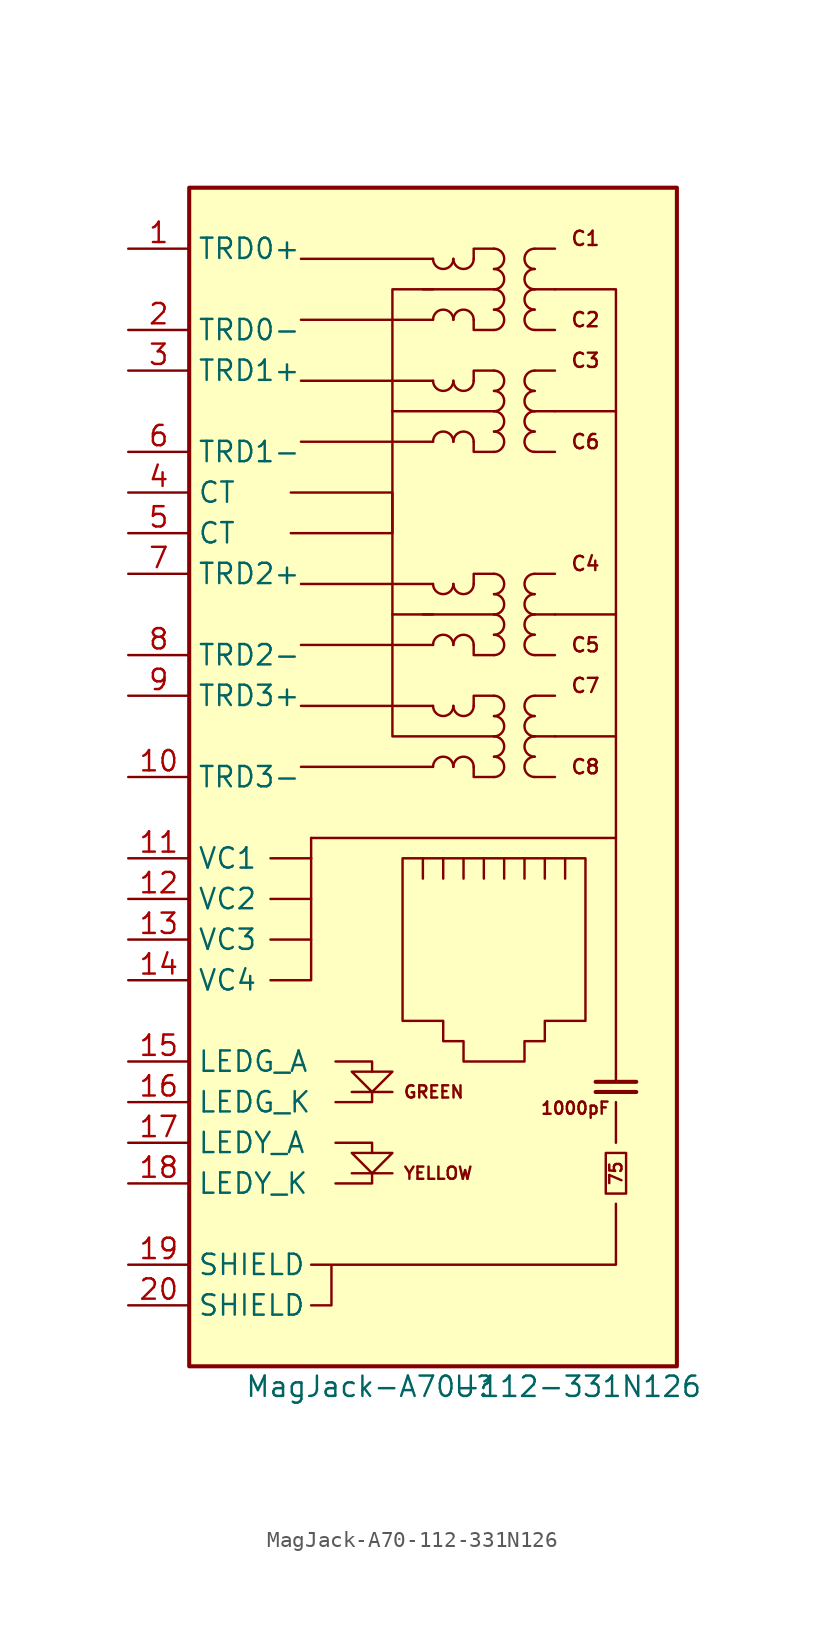
<source format=kicad_sym>
(kicad_symbol_lib
  (version 20211014)
  (generator kicad_symbol_editor)
  (symbol "MagJack-A70-112-331N126"
    (property "Reference" "U"
      (at 0 0 0)
      (effects (font (size 1.27 1.27))))
    (property "Value" "MagJack-A70-112-331N126"
      (at 0 0 0)
      (effects (font (size 1.27 1.27))))
    (symbol "MagJack-A70-112-331N126_0_1"
      (polyline (pts (xy 1.27 40.64) (xy -5.08 40.64) (xy -5.08 48.26) (xy -2.54 48.26) (xy -5.08 48.26)) (stroke (width 0) (type default) (color 0 0 0 0)) (fill (type none)))
      (polyline (pts (xy 1.27 60.96) (xy -5.08 60.96) (xy -5.08 68.58) (xy -2.54 68.58) (xy -5.08 68.58)) (stroke (width 0) (type default) (color 0 0 0 0)) (fill (type none))))
    (symbol "MagJack-A70-112-331N126_1_1"
      (rectangle (start -17.78 1.27) (end 12.7 74.93) (stroke (width 0.254) (type default) (color 0 0 0 0)) (fill (type background)))
      (arc (start -2.54 42.545) (mid -1.905 41.91) (end -1.27 42.545) (stroke (width 0) (type default) (color 0 0 0 0)) (fill (type none)))
      (arc (start -2.54 50.165) (mid -1.905 49.53) (end -1.27 50.165) (stroke (width 0) (type default) (color 0 0 0 0)) (fill (type none)))
      (arc (start -2.54 62.865) (mid -1.905 62.23) (end -1.27 62.865) (stroke (width 0) (type default) (color 0 0 0 0)) (fill (type none)))
      (arc (start -2.54 70.485) (mid -1.905 69.85) (end -1.27 70.485) (stroke (width 0) (type default) (color 0 0 0 0)) (fill (type none)))
      (arc (start -1.27 38.735) (mid -1.905 39.37) (end -2.54 38.735) (stroke (width 0) (type default) (color 0 0 0 0)) (fill (type none)))
      (arc (start -1.27 42.545) (mid -0.635 41.91) (end 0 42.545) (stroke (width 0) (type default) (color 0 0 0 0)) (fill (type none)))
      (arc (start -1.27 46.355) (mid -1.905 46.99) (end -2.54 46.355) (stroke (width 0) (type default) (color 0 0 0 0)) (fill (type none)))
      (arc (start -1.27 50.165) (mid -0.635 49.53) (end 0 50.165) (stroke (width 0) (type default) (color 0 0 0 0)) (fill (type none)))
      (arc (start -1.27 59.055) (mid -1.905 59.69) (end -2.54 59.055) (stroke (width 0) (type default) (color 0 0 0 0)) (fill (type none)))
      (arc (start -1.27 62.865) (mid -0.635 62.23) (end 0 62.865) (stroke (width 0) (type default) (color 0 0 0 0)) (fill (type none)))
      (arc (start -1.27 66.675) (mid -1.905 67.31) (end -2.54 66.675) (stroke (width 0) (type default) (color 0 0 0 0)) (fill (type none)))
      (arc (start -1.27 70.485) (mid -0.635 69.85) (end 0 70.485) (stroke (width 0) (type default) (color 0 0 0 0)) (fill (type none)))
      (polyline (pts (xy -12.7 27.94) (xy -10.16 27.94)) (stroke (width 0) (type default) (color 0 0 0 0)) (fill (type none)))
      (polyline (pts (xy -12.7 30.48) (xy -10.16 30.48)) (stroke (width 0) (type default) (color 0 0 0 0)) (fill (type none)))
      (polyline (pts (xy -12.7 33.02) (xy -10.16 33.02)) (stroke (width 0) (type default) (color 0 0 0 0)) (fill (type none)))
      (polyline (pts (xy -10.16 33.02) (xy -10.16 34.29)) (stroke (width 0) (type default) (color 0 0 0 0)) (fill (type none)))
      (polyline (pts (xy -5.08 13.335) (xy -7.62 13.335)) (stroke (width 0) (type default) (color 0 0 0 0)) (fill (type none)))
      (polyline (pts (xy -5.08 18.415) (xy -7.62 18.415)) (stroke (width 0) (type default) (color 0 0 0 0)) (fill (type none)))
      (polyline (pts (xy -5.08 48.26) (xy -5.08 60.96)) (stroke (width 0) (type default) (color 0 0 0 0)) (fill (type none)))
      (polyline (pts (xy -3.175 31.75) (xy -3.175 33.02)) (stroke (width 0) (type default) (color 0 0 0 0)) (fill (type none)))
      (polyline (pts (xy -3.175 48.26) (xy 1.27 48.26)) (stroke (width 0) (type default) (color 0 0 0 0)) (fill (type none)))
      (polyline (pts (xy -3.175 68.58) (xy 1.27 68.58)) (stroke (width 0) (type default) (color 0 0 0 0)) (fill (type none)))
      (polyline (pts (xy -2.54 38.735) (xy -10.795 38.735)) (stroke (width 0) (type default) (color 0 0 0 0)) (fill (type none)))
      (polyline (pts (xy -2.54 42.545) (xy -10.795 42.545)) (stroke (width 0) (type default) (color 0 0 0 0)) (fill (type none)))
      (polyline (pts (xy -2.54 46.355) (xy -10.795 46.355)) (stroke (width 0) (type default) (color 0 0 0 0)) (fill (type none)))
      (polyline (pts (xy -2.54 50.165) (xy -10.795 50.165)) (stroke (width 0) (type default) (color 0 0 0 0)) (fill (type none)))
      (polyline (pts (xy -2.54 59.055) (xy -10.795 59.055)) (stroke (width 0) (type default) (color 0 0 0 0)) (fill (type none)))
      (polyline (pts (xy -2.54 62.865) (xy -10.795 62.865)) (stroke (width 0) (type default) (color 0 0 0 0)) (fill (type none)))
      (polyline (pts (xy -2.54 66.675) (xy -10.795 66.675)) (stroke (width 0) (type default) (color 0 0 0 0)) (fill (type none)))
      (polyline (pts (xy -2.54 70.485) (xy -10.795 70.485)) (stroke (width 0) (type default) (color 0 0 0 0)) (fill (type none)))
      (polyline (pts (xy -1.905 33.02) (xy -1.905 31.75)) (stroke (width 0) (type default) (color 0 0 0 0)) (fill (type none)))
      (polyline (pts (xy -0.635 33.02) (xy -0.635 31.75)) (stroke (width 0) (type default) (color 0 0 0 0)) (fill (type none)))
      (polyline (pts (xy 0.635 33.02) (xy 0.635 31.75)) (stroke (width 0) (type default) (color 0 0 0 0)) (fill (type none)))
      (polyline (pts (xy 1.905 33.02) (xy 1.905 31.75)) (stroke (width 0) (type default) (color 0 0 0 0)) (fill (type none)))
      (polyline (pts (xy 3.175 33.02) (xy 3.175 31.75)) (stroke (width 0) (type default) (color 0 0 0 0)) (fill (type none)))
      (polyline (pts (xy 3.81 38.1) (xy 5.08 38.1)) (stroke (width 0) (type default) (color 0 0 0 0)) (fill (type none)))
      (polyline (pts (xy 3.81 40.64) (xy 5.08 40.64)) (stroke (width 0) (type default) (color 0 0 0 0)) (fill (type none)))
      (polyline (pts (xy 3.81 43.18) (xy 5.08 43.18)) (stroke (width 0) (type default) (color 0 0 0 0)) (fill (type none)))
      (polyline (pts (xy 3.81 45.72) (xy 5.08 45.72)) (stroke (width 0) (type default) (color 0 0 0 0)) (fill (type none)))
      (polyline (pts (xy 3.81 48.26) (xy 5.08 48.26)) (stroke (width 0) (type default) (color 0 0 0 0)) (fill (type none)))
      (polyline (pts (xy 3.81 50.8) (xy 5.08 50.8)) (stroke (width 0) (type default) (color 0 0 0 0)) (fill (type none)))
      (polyline (pts (xy 3.81 58.42) (xy 5.08 58.42)) (stroke (width 0) (type default) (color 0 0 0 0)) (fill (type none)))
      (polyline (pts (xy 3.81 60.96) (xy 5.08 60.96)) (stroke (width 0) (type default) (color 0 0 0 0)) (fill (type none)))
      (polyline (pts (xy 3.81 63.5) (xy 5.08 63.5)) (stroke (width 0) (type default) (color 0 0 0 0)) (fill (type none)))
      (polyline (pts (xy 3.81 66.04) (xy 5.08 66.04)) (stroke (width 0) (type default) (color 0 0 0 0)) (fill (type none)))
      (polyline (pts (xy 3.81 68.58) (xy 5.08 68.58)) (stroke (width 0) (type default) (color 0 0 0 0)) (fill (type none)))
      (polyline (pts (xy 3.81 71.12) (xy 5.08 71.12)) (stroke (width 0) (type default) (color 0 0 0 0)) (fill (type none)))
      (polyline (pts (xy 4.445 31.75) (xy 4.445 33.02)) (stroke (width 0) (type default) (color 0 0 0 0)) (fill (type none)))
      (polyline (pts (xy 5.08 40.64) (xy 8.89 40.64)) (stroke (width 0) (type default) (color 0 0 0 0)) (fill (type none)))
      (polyline (pts (xy 5.08 48.26) (xy 8.89 48.26)) (stroke (width 0) (type default) (color 0 0 0 0)) (fill (type none)))
      (polyline (pts (xy 5.08 60.96) (xy 8.89 60.96)) (stroke (width 0) (type default) (color 0 0 0 0)) (fill (type none)))
      (polyline (pts (xy 5.715 31.75) (xy 5.715 33.02)) (stroke (width 0) (type default) (color 0 0 0 0)) (fill (type none)))
      (polyline (pts (xy 7.62 18.415) (xy 10.16 18.415)) (stroke (width 0.254) (type default) (color 0 0 0 0)) (fill (type none)))
      (polyline (pts (xy 7.62 19.05) (xy 10.16 19.05)) (stroke (width 0.254) (type default) (color 0 0 0 0)) (fill (type none)))
      (polyline (pts (xy 8.89 15.24) (xy 8.89 17.78)) (stroke (width 0) (type default) (color 0 0 0 0)) (fill (type none)))
      (polyline (pts (xy 8.89 19.05) (xy 8.89 34.29)) (stroke (width 0) (type default) (color 0 0 0 0)) (fill (type none)))
      (polyline (pts (xy -10.16 33.02) (xy -10.16 25.4) (xy -12.7 25.4)) (stroke (width 0) (type default) (color 0 0 0 0)) (fill (type none)))
      (polyline (pts (xy -8.636 12.7) (xy -6.35 12.7) (xy -6.35 13.335)) (stroke (width 0) (type default) (color 0 0 0 0)) (fill (type none)))
      (polyline (pts (xy -8.636 15.24) (xy -6.35 15.24) (xy -6.35 14.605)) (stroke (width 0) (type default) (color 0 0 0 0)) (fill (type none)))
      (polyline (pts (xy -8.636 20.32) (xy -6.35 20.32) (xy -6.35 19.685)) (stroke (width 0) (type default) (color 0 0 0 0)) (fill (type none)))
      (polyline (pts (xy -6.35 18.415) (xy -6.35 17.78) (xy -8.636 17.78)) (stroke (width 0) (type default) (color 0 0 0 0)) (fill (type none)))
      (polyline (pts (xy 0 38.735) (xy 0 38.1) (xy 1.27 38.1)) (stroke (width 0) (type default) (color 0 0 0 0)) (fill (type none)))
      (polyline (pts (xy 0 46.355) (xy 0 45.72) (xy 1.27 45.72)) (stroke (width 0) (type default) (color 0 0 0 0)) (fill (type none)))
      (polyline (pts (xy 0 59.055) (xy 0 58.42) (xy 1.27 58.42)) (stroke (width 0) (type default) (color 0 0 0 0)) (fill (type none)))
      (polyline (pts (xy 0 66.675) (xy 0 66.04) (xy 1.27 66.04)) (stroke (width 0) (type default) (color 0 0 0 0)) (fill (type none)))
      (polyline (pts (xy 1.27 43.18) (xy 0 43.18) (xy 0 42.545)) (stroke (width 0) (type default) (color 0 0 0 0)) (fill (type none)))
      (polyline (pts (xy 1.27 50.8) (xy 0 50.8) (xy 0 50.165)) (stroke (width 0) (type default) (color 0 0 0 0)) (fill (type none)))
      (polyline (pts (xy 1.27 63.5) (xy 0 63.5) (xy 0 62.865)) (stroke (width 0) (type default) (color 0 0 0 0)) (fill (type none)))
      (polyline (pts (xy 1.27 71.12) (xy 0 71.12) (xy 0 70.485)) (stroke (width 0) (type default) (color 0 0 0 0)) (fill (type none)))
      (polyline (pts (xy -11.43 53.34) (xy -5.08 53.34) (xy -5.08 55.88) (xy -11.43 55.88)) (stroke (width 0) (type default) (color 0 0 0 0)) (fill (type none)))
      (polyline (pts (xy -10.16 34.29) (xy 8.89 34.29) (xy 8.89 68.58) (xy 5.08 68.58)) (stroke (width 0) (type default) (color 0 0 0 0)) (fill (type none)))
      (polyline (pts (xy -7.62 19.685) (xy -5.08 19.685) (xy -6.35 18.415) (xy -7.62 19.685)) (stroke (width 0) (type default) (color 0 0 0 0)) (fill (type none)))
      (polyline (pts (xy -5.08 14.605) (xy -7.62 14.605) (xy -6.35 13.335) (xy -5.08 14.605)) (stroke (width 0) (type default) (color 0 0 0 0)) (fill (type none)))
      (polyline (pts (xy -10.16 5.08) (xy -8.89 5.08) (xy -8.89 7.62) (xy -10.16 7.62) (xy -8.89 7.62) (xy 8.89 7.62) (xy 8.89 11.43)) (stroke (width 0) (type default) (color 0 0 0 0)) (fill (type none)))
      (polyline (pts (xy -4.445 33.02) (xy 6.985 33.02) (xy 6.985 22.86) (xy 4.445 22.86) (xy 4.445 21.59) (xy 3.175 21.59) (xy 3.175 20.32) (xy -0.635 20.32) (xy -0.635 21.59) (xy -1.905 21.59) (xy -1.905 22.86) (xy -4.445 22.86) (xy -4.445 33.02)) (stroke (width 0) (type default) (color 0 0 0 0)) (fill (type none)))
      (arc (start 0 38.735) (mid -0.635 39.37) (end -1.27 38.735) (stroke (width 0) (type default) (color 0 0 0 0)) (fill (type none)))
      (arc (start 0 46.355) (mid -0.635 46.99) (end -1.27 46.355) (stroke (width 0) (type default) (color 0 0 0 0)) (fill (type none)))
      (arc (start 0 59.055) (mid -0.635 59.69) (end -1.27 59.055) (stroke (width 0) (type default) (color 0 0 0 0)) (fill (type none)))
      (arc (start 0 66.675) (mid -0.635 67.31) (end -1.27 66.675) (stroke (width 0) (type default) (color 0 0 0 0)) (fill (type none)))
      (arc (start 1.27 38.1) (mid 1.905 38.735) (end 1.27 39.37) (stroke (width 0) (type default) (color 0 0 0 0)) (fill (type none)))
      (arc (start 1.27 39.37) (mid 1.905 40.005) (end 1.27 40.64) (stroke (width 0) (type default) (color 0 0 0 0)) (fill (type none)))
      (arc (start 1.27 40.64) (mid 1.905 41.275) (end 1.27 41.91) (stroke (width 0) (type default) (color 0 0 0 0)) (fill (type none)))
      (arc (start 1.27 41.91) (mid 1.905 42.545) (end 1.27 43.18) (stroke (width 0) (type default) (color 0 0 0 0)) (fill (type none)))
      (arc (start 1.27 45.72) (mid 1.905 46.355) (end 1.27 46.99) (stroke (width 0) (type default) (color 0 0 0 0)) (fill (type none)))
      (arc (start 1.27 46.99) (mid 1.905 47.625) (end 1.27 48.26) (stroke (width 0) (type default) (color 0 0 0 0)) (fill (type none)))
      (arc (start 1.27 48.26) (mid 1.905 48.895) (end 1.27 49.53) (stroke (width 0) (type default) (color 0 0 0 0)) (fill (type none)))
      (arc (start 1.27 49.53) (mid 1.905 50.165) (end 1.27 50.8) (stroke (width 0) (type default) (color 0 0 0 0)) (fill (type none)))
      (arc (start 1.27 58.42) (mid 1.905 59.055) (end 1.27 59.69) (stroke (width 0) (type default) (color 0 0 0 0)) (fill (type none)))
      (arc (start 1.27 59.69) (mid 1.905 60.325) (end 1.27 60.96) (stroke (width 0) (type default) (color 0 0 0 0)) (fill (type none)))
      (arc (start 1.27 60.96) (mid 1.905 61.595) (end 1.27 62.23) (stroke (width 0) (type default) (color 0 0 0 0)) (fill (type none)))
      (arc (start 1.27 62.23) (mid 1.905 62.865) (end 1.27 63.5) (stroke (width 0) (type default) (color 0 0 0 0)) (fill (type none)))
      (arc (start 1.27 66.04) (mid 1.905 66.675) (end 1.27 67.31) (stroke (width 0) (type default) (color 0 0 0 0)) (fill (type none)))
      (arc (start 1.27 67.31) (mid 1.905 67.945) (end 1.27 68.58) (stroke (width 0) (type default) (color 0 0 0 0)) (fill (type none)))
      (arc (start 1.27 68.58) (mid 1.905 69.215) (end 1.27 69.85) (stroke (width 0) (type default) (color 0 0 0 0)) (fill (type none)))
      (arc (start 1.27 69.85) (mid 1.905 70.485) (end 1.27 71.12) (stroke (width 0) (type default) (color 0 0 0 0)) (fill (type none)))
      (arc (start 3.81 39.37) (mid 3.175 38.735) (end 3.81 38.1) (stroke (width 0) (type default) (color 0 0 0 0)) (fill (type none)))
      (arc (start 3.81 40.64) (mid 3.175 40.005) (end 3.81 39.37) (stroke (width 0) (type default) (color 0 0 0 0)) (fill (type none)))
      (arc (start 3.81 41.91) (mid 3.175 41.275) (end 3.81 40.64) (stroke (width 0) (type default) (color 0 0 0 0)) (fill (type none)))
      (arc (start 3.81 43.18) (mid 3.175 42.545) (end 3.81 41.91) (stroke (width 0) (type default) (color 0 0 0 0)) (fill (type none)))
      (arc (start 3.81 46.99) (mid 3.175 46.355) (end 3.81 45.72) (stroke (width 0) (type default) (color 0 0 0 0)) (fill (type none)))
      (arc (start 3.81 48.26) (mid 3.175 47.625) (end 3.81 46.99) (stroke (width 0) (type default) (color 0 0 0 0)) (fill (type none)))
      (arc (start 3.81 49.53) (mid 3.175 48.895) (end 3.81 48.26) (stroke (width 0) (type default) (color 0 0 0 0)) (fill (type none)))
      (arc (start 3.81 50.8) (mid 3.175 50.165) (end 3.81 49.53) (stroke (width 0) (type default) (color 0 0 0 0)) (fill (type none)))
      (arc (start 3.81 59.69) (mid 3.175 59.055) (end 3.81 58.42) (stroke (width 0) (type default) (color 0 0 0 0)) (fill (type none)))
      (arc (start 3.81 60.96) (mid 3.175 60.325) (end 3.81 59.69) (stroke (width 0) (type default) (color 0 0 0 0)) (fill (type none)))
      (arc (start 3.81 62.23) (mid 3.175 61.595) (end 3.81 60.96) (stroke (width 0) (type default) (color 0 0 0 0)) (fill (type none)))
      (arc (start 3.81 63.5) (mid 3.175 62.865) (end 3.81 62.23) (stroke (width 0) (type default) (color 0 0 0 0)) (fill (type none)))
      (arc (start 3.81 67.31) (mid 3.175 66.675) (end 3.81 66.04) (stroke (width 0) (type default) (color 0 0 0 0)) (fill (type none)))
      (arc (start 3.81 68.58) (mid 3.175 67.945) (end 3.81 67.31) (stroke (width 0) (type default) (color 0 0 0 0)) (fill (type none)))
      (arc (start 3.81 69.85) (mid 3.175 69.215) (end 3.81 68.58) (stroke (width 0) (type default) (color 0 0 0 0)) (fill (type none)))
      (arc (start 3.81 71.12) (mid 3.175 70.485) (end 3.81 69.85) (stroke (width 0) (type default) (color 0 0 0 0)) (fill (type none)))
      (rectangle (start 9.525 12.065) (end 8.255 14.605) (stroke (width 0) (type default) (color 0 0 0 0)) (fill (type none)))
      (text "1000pF" (at 6.35 17.399 0) (effects (font (size 0.762 0.762))))
      (text "75" (at 8.89 13.335 900) (effects (font (size 0.762 0.762))))
      (text "C1" (at 6.985 71.755 0) (effects (font (size 0.889 0.889))))
      (text "C2" (at 6.985 66.675 0) (effects (font (size 0.889 0.889))))
      (text "C3" (at 6.985 64.135 0) (effects (font (size 0.889 0.889))))
      (text "C4" (at 6.985 51.435 0) (effects (font (size 0.889 0.889))))
      (text "C5" (at 6.985 46.355 0) (effects (font (size 0.889 0.889))))
      (text "C6" (at 6.985 59.055 0) (effects (font (size 0.889 0.889))))
      (text "C7" (at 6.985 43.815 0) (effects (font (size 0.889 0.889))))
      (text "C8" (at 6.985 38.735 0) (effects (font (size 0.889 0.889))))
      (text "GREEN" (at -4.445 18.415 0) (effects (font (size 0.762 0.762)) (justify left)))
      (text "YELLOW" (at -4.445 13.335 0) (effects (font (size 0.762 0.762)) (justify left)))
      (pin passive line (at -21.59 71.12 0) (length 3.81) (name "TRD0+" (effects (font (size 1.27 1.27)))) (number "1" (effects (font (size 1.27 1.27)))))
      (pin passive line (at -21.59 38.1 0) (length 3.81) (name "TRD3-" (effects (font (size 1.27 1.27)))) (number "10" (effects (font (size 1.27 1.27)))))
      (pin passive line (at -21.59 33.02 0) (length 3.81) (name "VC1" (effects (font (size 1.27 1.27)))) (number "11" (effects (font (size 1.27 1.27)))))
      (pin passive line (at -21.59 30.48 0) (length 3.81) (name "VC2" (effects (font (size 1.27 1.27)))) (number "12" (effects (font (size 1.27 1.27)))))
      (pin passive line (at -21.59 27.94 0) (length 3.81) (name "VC3" (effects (font (size 1.27 1.27)))) (number "13" (effects (font (size 1.27 1.27)))))
      (pin passive line (at -21.59 25.4 0) (length 3.81) (name "VC4" (effects (font (size 1.27 1.27)))) (number "14" (effects (font (size 1.27 1.27)))))
      (pin passive line (at -21.59 20.32 0) (length 3.81) (name "LEDG_A" (effects (font (size 1.27 1.27)))) (number "15" (effects (font (size 1.27 1.27)))))
      (pin passive line (at -21.59 17.78 0) (length 3.81) (name "LEDG_K" (effects (font (size 1.27 1.27)))) (number "16" (effects (font (size 1.27 1.27)))))
      (pin passive line (at -21.59 15.24 0) (length 3.81) (name "LEDY_A" (effects (font (size 1.27 1.27)))) (number "17" (effects (font (size 1.27 1.27)))))
      (pin passive line (at -21.59 12.7 0) (length 3.81) (name "LEDY_K" (effects (font (size 1.27 1.27)))) (number "18" (effects (font (size 1.27 1.27)))))
      (pin passive line (at -21.59 7.62 0) (length 3.81) (name "SHIELD" (effects (font (size 1.27 1.27)))) (number "19" (effects (font (size 1.27 1.27)))))
      (pin passive line (at -21.59 66.04 0) (length 3.81) (name "TRD0-" (effects (font (size 1.27 1.27)))) (number "2" (effects (font (size 1.27 1.27)))))
      (pin passive line (at -21.59 5.08 0) (length 3.81) (name "SHIELD" (effects (font (size 1.27 1.27)))) (number "20" (effects (font (size 1.27 1.27)))))
      (pin passive line (at -21.59 63.5 0) (length 3.81) (name "TRD1+" (effects (font (size 1.27 1.27)))) (number "3" (effects (font (size 1.27 1.27)))))
      (pin passive line (at -21.59 55.88 0) (length 3.81) (name "CT" (effects (font (size 1.27 1.27)))) (number "4" (effects (font (size 1.27 1.27)))))
      (pin passive line (at -21.59 53.34 0) (length 3.81) (name "CT" (effects (font (size 1.27 1.27)))) (number "5" (effects (font (size 1.27 1.27)))))
      (pin passive line (at -21.59 58.42 0) (length 3.81) (name "TRD1-" (effects (font (size 1.27 1.27)))) (number "6" (effects (font (size 1.27 1.27)))))
      (pin passive line (at -21.59 50.8 0) (length 3.81) (name "TRD2+" (effects (font (size 1.27 1.27)))) (number "7" (effects (font (size 1.27 1.27)))))
      (pin passive line (at -21.59 45.72 0) (length 3.81) (name "TRD2-" (effects (font (size 1.27 1.27)))) (number "8" (effects (font (size 1.27 1.27)))))
      (pin passive line (at -21.59 43.18 0) (length 3.81) (name "TRD3+" (effects (font (size 1.27 1.27)))) (number "9" (effects (font (size 1.27 1.27))))))))
</source>
